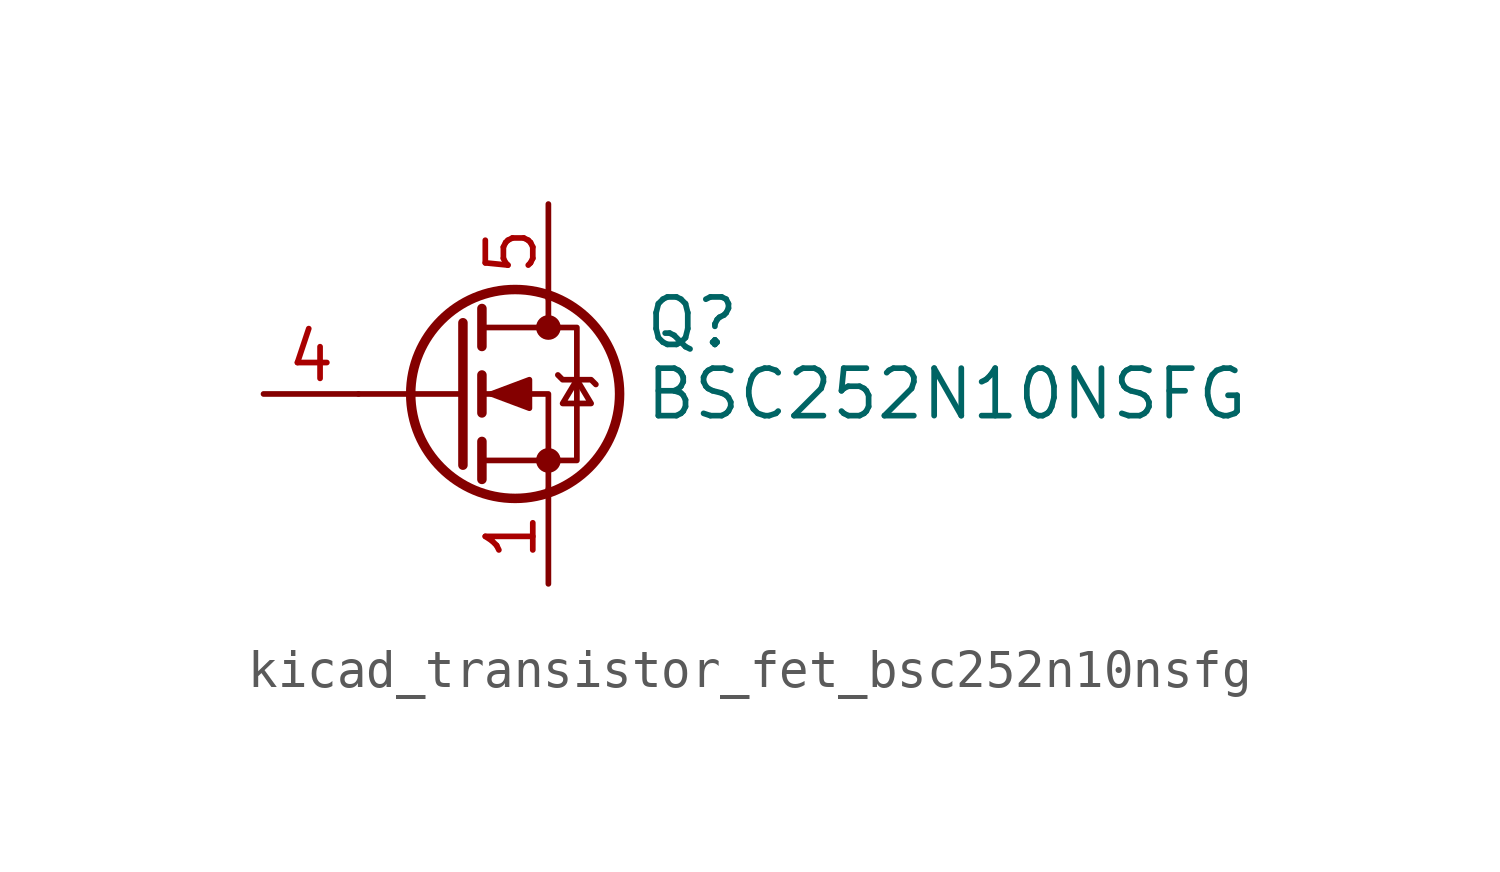
<source format=kicad_sym>
(kicad_symbol_lib
  (version 20220914)
  (generator kicad_symbol_editor)
  (symbol "kicad_transistor_fet_bsc252n10nsfg"
    (pin_names hide)
    (property "Reference" "Q"
      (at 5.08 1.905 0)
      (effects (font (size 1.27 1.27)) (justify left)))
    (property "Value" "BSC252N10NSFG"
      (at 5.08 0 0)
      (effects (font (size 1.27 1.27)) (justify left)))
    (symbol "kicad_transistor_fet_bsc252n10nsfg_0_1"
      (polyline (pts (xy 0.254 0) (xy -2.54 0)) (stroke (width 0) (type default)) (fill (type none)))
      (polyline (pts (xy 0.254 1.905) (xy 0.254 -1.905)) (stroke (width 0.254) (type default)) (fill (type none)))
      (polyline (pts (xy 0.762 -1.27) (xy 0.762 -2.286)) (stroke (width 0.254) (type default)) (fill (type none)))
      (polyline (pts (xy 0.762 0.508) (xy 0.762 -0.508)) (stroke (width 0.254) (type default)) (fill (type none)))
      (polyline (pts (xy 0.762 2.286) (xy 0.762 1.27)) (stroke (width 0.254) (type default)) (fill (type none)))
      (polyline (pts (xy 2.54 2.54) (xy 2.54 1.778)) (stroke (width 0) (type default)) (fill (type none)))
      (polyline (pts (xy 2.54 -2.54) (xy 2.54 0) (xy 0.762 0)) (stroke (width 0) (type default)) (fill (type none)))
      (polyline (pts (xy 0.762 -1.778) (xy 3.302 -1.778) (xy 3.302 1.778) (xy 0.762 1.778)) (stroke (width 0) (type default)) (fill (type none)))
      (polyline (pts (xy 1.016 0) (xy 2.032 0.381) (xy 2.032 -0.381) (xy 1.016 0)) (stroke (width 0) (type default)) (fill (type outline)))
      (polyline (pts (xy 2.794 0.508) (xy 2.921 0.381) (xy 3.683 0.381) (xy 3.81 0.254)) (stroke (width 0) (type default)) (fill (type none)))
      (polyline (pts (xy 3.302 0.381) (xy 2.921 -0.254) (xy 3.683 -0.254) (xy 3.302 0.381)) (stroke (width 0) (type default)) (fill (type none)))
      (circle (center 1.651 0) (radius 2.794) (stroke (width 0.254) (type default)) (fill (type none)))
      (circle (center 2.54 -1.778) (radius 0.254) (stroke (width 0) (type default)) (fill (type outline)))
      (circle (center 2.54 1.778) (radius 0.254) (stroke (width 0) (type default)) (fill (type outline))))
    (symbol "kicad_transistor_fet_bsc252n10nsfg_1_1"
      (pin passive line (at 2.54 -5.08 90) (length 2.54) (name "S" (effects (font (size 1.27 1.27)))) (number "1" (effects (font (size 1.27 1.27)))))
      (pin passive line (at 2.54 -5.08 90) (length 2.54) hide (name "S" (effects (font (size 1.27 1.27)))) (number "2" (effects (font (size 1.27 1.27)))))
      (pin passive line (at 2.54 -5.08 90) (length 2.54) hide (name "S" (effects (font (size 1.27 1.27)))) (number "3" (effects (font (size 1.27 1.27)))))
      (pin passive line (at -5.08 0 0) (length 2.54) (name "G" (effects (font (size 1.27 1.27)))) (number "4" (effects (font (size 1.27 1.27)))))
      (pin passive line (at 2.54 5.08 270) (length 2.54) (name "D" (effects (font (size 1.27 1.27)))) (number "5" (effects (font (size 1.27 1.27))))))))
</source>
